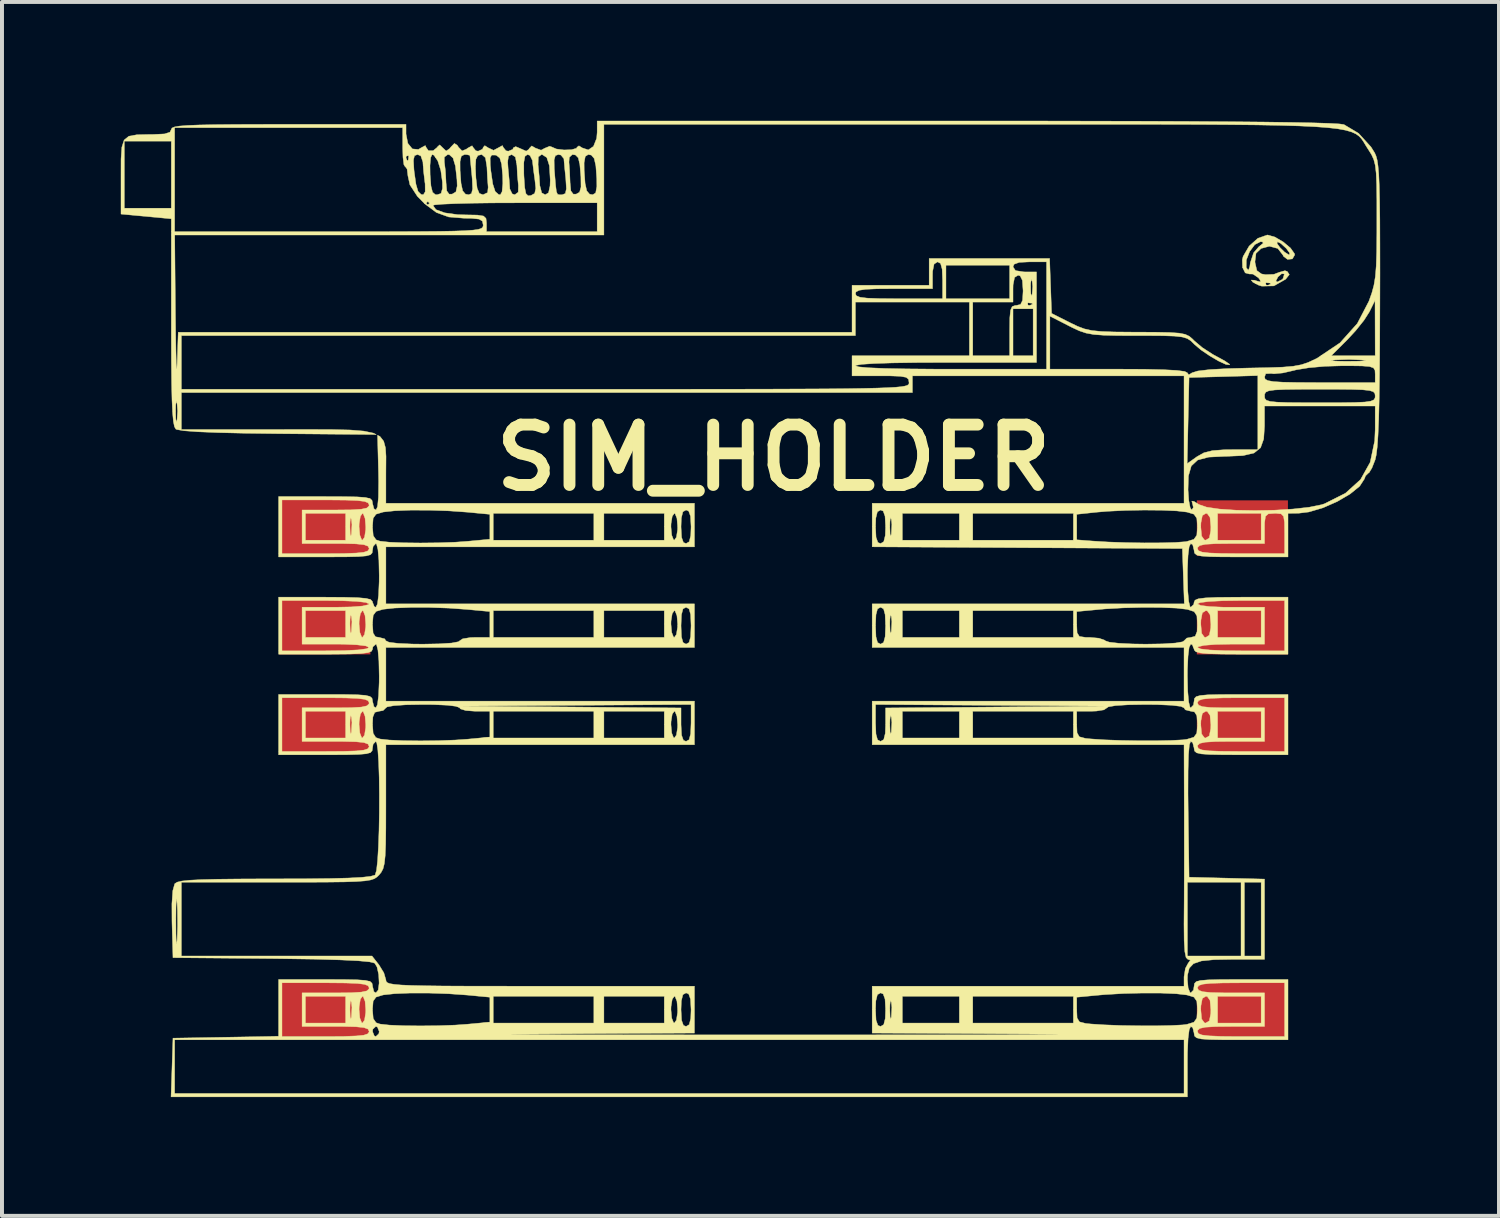
<source format=kicad_pcb>
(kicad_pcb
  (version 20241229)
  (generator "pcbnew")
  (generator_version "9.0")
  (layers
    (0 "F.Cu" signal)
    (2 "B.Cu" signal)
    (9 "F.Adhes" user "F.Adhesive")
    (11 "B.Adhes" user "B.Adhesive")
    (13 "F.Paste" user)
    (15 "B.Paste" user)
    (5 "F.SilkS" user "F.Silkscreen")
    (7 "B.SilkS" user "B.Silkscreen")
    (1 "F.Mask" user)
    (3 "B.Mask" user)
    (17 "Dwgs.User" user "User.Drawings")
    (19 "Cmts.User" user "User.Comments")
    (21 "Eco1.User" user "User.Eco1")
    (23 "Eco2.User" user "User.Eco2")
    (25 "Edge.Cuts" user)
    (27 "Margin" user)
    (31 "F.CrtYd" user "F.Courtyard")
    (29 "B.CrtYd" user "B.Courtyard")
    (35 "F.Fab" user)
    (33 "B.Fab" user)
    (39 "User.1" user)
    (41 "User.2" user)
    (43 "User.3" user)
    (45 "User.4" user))
  (footprint "SIM_HOLDER"
    (layer "F.Cu")
    (at 15.668 12.62)
    (property "Reference" "SIM_HOLDER" (at 0.813 -4.115 0) (layer "F.SilkS") (effects (font (size 1.524 1.524) (thickness 0.3))))
    (attr through_hole)
    (fp_poly (pts (xy 13.468 -9.686) (xy 13.679 -9.563) (xy 13.864 -9.408) (xy 13.965 -9.265) (xy 13.97 -9.234) (xy 13.911 -9.133) (xy 13.789 -9.121) (xy 13.685 -9.201) (xy 13.674 -9.229) (xy 13.544 -9.397) (xy 13.331 -9.453) (xy 13.122 -9.397) (xy 12.993 -9.274) (xy 12.967 -9.067) (xy 12.97 -9.033) (xy 13.015 -8.838) (xy 13.132 -8.754) (xy 13.234 -8.736) (xy 13.445 -8.744) (xy 13.576 -8.794) (xy 13.724 -8.836) (xy 13.784 -8.815) (xy 13.834 -8.737) (xy 13.741 -8.62) (xy 13.739 -8.619) (xy 13.445 -8.452) (xy 13.139 -8.445) (xy 13.06 -8.47) (xy 12.958 -8.523) (xy 13.236 -8.523) (xy 13.248 -8.473) (xy 13.293 -8.467) (xy 13.362 -8.498) (xy 13.349 -8.523) (xy 13.249 -8.533) (xy 13.236 -8.523) (xy 12.958 -8.523) (xy 12.912 -8.547) (xy 12.873 -8.599) (xy 12.957 -8.595) (xy 13.018 -8.575) (xy 13.116 -8.55) (xy 13.106 -8.574) (xy 13.494 -8.574) (xy 13.531 -8.551) (xy 13.655 -8.614) (xy 13.677 -8.642) (xy 13.709 -8.752) (xy 13.643 -8.761) (xy 13.548 -8.68) (xy 13.494 -8.574) (xy 13.106 -8.574) (xy 13.085 -8.617) (xy 13.054 -8.657) (xy 12.916 -8.751) (xy 12.828 -8.752) (xy 12.721 -8.78) (xy 12.653 -8.919) (xy 12.653 -8.922) (xy 12.746 -8.922) (xy 12.753 -8.904) (xy 12.802 -8.846) (xy 12.836 -8.938) (xy 12.849 -9.037) (xy 12.933 -9.288) (xy 13.063 -9.439) (xy 13.164 -9.521) (xy 13.525 -9.521) (xy 13.6 -9.418) (xy 13.713 -9.307) (xy 13.818 -9.24) (xy 13.835 -9.236) (xy 13.843 -9.282) (xy 13.758 -9.398) (xy 13.62 -9.524) (xy 13.534 -9.567) (xy 13.525 -9.521) (xy 13.164 -9.521) (xy 13.177 -9.532) (xy 13.152 -9.565) (xy 13.102 -9.567) (xy 12.962 -9.494) (xy 12.832 -9.319) (xy 12.749 -9.106) (xy 12.746 -8.922) (xy 12.653 -8.922) (xy 12.647 -9.111) (xy 12.668 -9.196) (xy 12.82 -9.457) (xy 13.039 -9.653) (xy 13.272 -9.736) (xy 13.287 -9.737) (xy 13.468 -9.686)) (stroke (width 0.01) (type solid)) (fill yes) (layer "F.SilkS"))
    (fp_poly (pts (xy 7.331 -12.615) (xy 8.828 -12.612) (xy 10.16 -12.609) (xy 11.331 -12.604) (xy 12.343 -12.597) (xy 13.198 -12.589) (xy 13.899 -12.579) (xy 14.449 -12.568) (xy 14.85 -12.555) (xy 15.104 -12.541) (xy 15.213 -12.525) (xy 15.582 -12.305) (xy 15.896 -11.96) (xy 15.989 -11.811) (xy 16.023 -11.734) (xy 16.052 -11.628) (xy 16.074 -11.478) (xy 16.092 -11.269) (xy 16.105 -10.983) (xy 16.114 -10.605) (xy 16.12 -10.12) (xy 16.122 -9.512) (xy 16.123 -8.763) (xy 16.121 -7.979) (xy 16.118 -7.034) (xy 16.112 -6.245) (xy 16.103 -5.599) (xy 16.091 -5.083) (xy 16.074 -4.683) (xy 16.054 -4.388) (xy 16.029 -4.184) (xy 16.002 -4.064) (xy 15.92 -3.855) (xy 15.848 -3.736) (xy 15.829 -3.725) (xy 15.759 -3.656) (xy 15.729 -3.577) (xy 15.609 -3.393) (xy 15.366 -3.196) (xy 15.043 -3.007) (xy 14.683 -2.849) (xy 14.328 -2.744) (xy 14.076 -2.713) (xy 13.801 -2.709) (xy 13.801 -1.609) (xy 12.615 -1.609) (xy 12.146 -1.61) (xy 11.821 -1.616) (xy 11.612 -1.631) (xy 11.495 -1.659) (xy 11.443 -1.702) (xy 11.43 -1.765) (xy 11.43 -1.778) (xy 11.419 -1.82) (xy 11.515 -1.82) (xy 11.539 -1.767) (xy 11.629 -1.731) (xy 11.811 -1.709) (xy 12.108 -1.697) (xy 12.545 -1.693) (xy 12.615 -1.693) (xy 13.716 -1.693) (xy 13.716 -2.201) (xy 13.713 -2.483) (xy 13.689 -2.634) (xy 13.626 -2.697) (xy 13.503 -2.709) (xy 13.462 -2.709) (xy 13.306 -2.698) (xy 13.232 -2.635) (xy 13.209 -2.472) (xy 13.208 -2.328) (xy 13.208 -1.947) (xy 12.361 -1.947) (xy 11.967 -1.943) (xy 11.713 -1.928) (xy 11.573 -1.897) (xy 11.519 -1.847) (xy 11.515 -1.82) (xy 11.419 -1.82) (xy 11.395 -1.916) (xy 11.345 -1.947) (xy 11.305 -1.867) (xy 11.277 -1.644) (xy 11.262 -1.303) (xy 11.261 -1.143) (xy 11.269 -0.764) (xy 11.293 -0.491) (xy 11.328 -0.351) (xy 11.345 -0.339) (xy 11.42 -0.407) (xy 11.423 -0.423) (xy 11.515 -0.423) (xy 11.595 -0.384) (xy 11.82 -0.356) (xy 12.166 -0.34) (xy 12.361 -0.339) (xy 13.208 -0.339) (xy 13.208 0.593) (xy 12.361 0.593) (xy 11.968 0.601) (xy 11.684 0.623) (xy 11.533 0.658) (xy 11.515 0.677) (xy 11.596 0.714) (xy 11.83 0.741) (xy 12.197 0.757) (xy 12.615 0.762) (xy 13.716 0.762) (xy 13.716 -0.508) (xy 12.615 -0.508) (xy 12.145 -0.502) (xy 11.793 -0.484) (xy 11.577 -0.455) (xy 11.515 -0.423) (xy 11.423 -0.423) (xy 11.43 -0.466) (xy 11.454 -0.517) (xy 11.541 -0.553) (xy 11.716 -0.575) (xy 12.004 -0.588) (xy 12.428 -0.592) (xy 12.615 -0.593) (xy 13.801 -0.593) (xy 13.801 0.847) (xy 12.615 0.847) (xy 12.137 0.844) (xy 11.804 0.835) (xy 11.592 0.816) (xy 11.476 0.785) (xy 11.433 0.74) (xy 11.43 0.72) (xy 11.384 0.607) (xy 11.345 0.593) (xy 11.305 0.673) (xy 11.277 0.896) (xy 11.262 1.237) (xy 11.261 1.397) (xy 11.269 1.776) (xy 11.293 2.049) (xy 11.328 2.189) (xy 11.345 2.201) (xy 11.414 2.13) (xy 11.423 2.074) (xy 11.515 2.074) (xy 11.543 2.134) (xy 11.645 2.172) (xy 11.85 2.193) (xy 12.185 2.201) (xy 12.361 2.201) (xy 13.208 2.201) (xy 13.208 3.048) (xy 12.361 3.048) (xy 11.967 3.052) (xy 11.713 3.068) (xy 11.573 3.098) (xy 11.519 3.149) (xy 11.515 3.175) (xy 11.539 3.228) (xy 11.629 3.264) (xy 11.811 3.287) (xy 12.108 3.298) (xy 12.545 3.302) (xy 12.615 3.302) (xy 13.716 3.302) (xy 13.716 1.947) (xy 12.615 1.947) (xy 12.157 1.95) (xy 11.843 1.961) (xy 11.648 1.981) (xy 11.547 2.016) (xy 11.515 2.066) (xy 11.515 2.074) (xy 11.423 2.074) (xy 11.43 2.032) (xy 11.439 1.965) (xy 11.483 1.918) (xy 11.587 1.889) (xy 11.779 1.872) (xy 12.084 1.865) (xy 12.527 1.863) (xy 12.615 1.863) (xy 13.801 1.863) (xy 13.801 3.387) (xy 12.615 3.387) (xy 12.146 3.385) (xy 11.821 3.379) (xy 11.612 3.364) (xy 11.495 3.337) (xy 11.443 3.293) (xy 11.43 3.23) (xy 11.43 3.217) (xy 11.394 3.08) (xy 11.344 3.048) (xy 11.311 3.132) (xy 11.289 3.381) (xy 11.278 3.793) (xy 11.276 4.364) (xy 11.28 4.763) (xy 11.303 6.477) (xy 12.255 6.501) (xy 13.208 6.525) (xy 13.208 8.551) (xy 12.398 8.551) (xy 11.936 8.559) (xy 11.617 8.591) (xy 11.416 8.659) (xy 11.308 8.773) (xy 11.265 8.945) (xy 11.261 9.062) (xy 11.28 9.273) (xy 11.327 9.39) (xy 11.345 9.398) (xy 11.414 9.327) (xy 11.423 9.271) (xy 11.515 9.271) (xy 11.543 9.33) (xy 11.645 9.368) (xy 11.85 9.389) (xy 12.185 9.397) (xy 12.361 9.398) (xy 13.208 9.398) (xy 13.208 10.245) (xy 12.361 10.245) (xy 11.967 10.249) (xy 11.713 10.264) (xy 11.573 10.295) (xy 11.519 10.345) (xy 11.515 10.372) (xy 11.539 10.425) (xy 11.629 10.461) (xy 11.811 10.483) (xy 12.108 10.495) (xy 12.545 10.499) (xy 12.615 10.499) (xy 13.716 10.499) (xy 13.716 9.144) (xy 12.615 9.144) (xy 12.157 9.147) (xy 11.843 9.157) (xy 11.648 9.178) (xy 11.547 9.212) (xy 11.515 9.263) (xy 11.515 9.271) (xy 11.423 9.271) (xy 11.43 9.229) (xy 11.439 9.162) (xy 11.483 9.115) (xy 11.587 9.085) (xy 11.779 9.069) (xy 12.084 9.061) (xy 12.527 9.059) (xy 12.615 9.059) (xy 13.801 9.059) (xy 13.801 10.583) (xy 12.615 10.583) (xy 12.146 10.582) (xy 11.821 10.576) (xy 11.612 10.561) (xy 11.495 10.533) (xy 11.443 10.49) (xy 11.43 10.427) (xy 11.43 10.414) (xy 11.395 10.276) (xy 11.345 10.245) (xy 11.307 10.325) (xy 11.278 10.552) (xy 11.263 10.902) (xy 11.261 11.134) (xy 11.261 12.023) (xy -14.4 12.023) (xy -14.375 11.282) (xy -14.352 10.583) (xy -14.309 10.583) (xy -14.309 11.938) (xy 11.176 11.938) (xy 11.176 10.583) (xy -14.309 10.583) (xy -14.352 10.583) (xy -14.351 10.541) (xy -13.018 10.518) (xy -11.684 10.494) (xy -11.684 9.144) (xy -11.599 9.144) (xy -11.599 10.499) (xy -10.499 10.499) (xy -10.04 10.496) (xy -9.726 10.485) (xy -9.531 10.465) (xy -9.43 10.43) (xy -9.398 10.38) (xy -9.398 10.372) (xy -9.313 10.372) (xy -9.268 10.484) (xy -9.229 10.499) (xy -9.154 10.43) (xy -9.144 10.372) (xy -9.19 10.259) (xy -9.229 10.245) (xy -9.304 10.313) (xy -9.313 10.372) (xy -9.398 10.372) (xy -9.426 10.312) (xy -9.528 10.274) (xy -9.733 10.253) (xy -10.068 10.245) (xy -10.245 10.245) (xy -11.091 10.245) (xy -11.091 9.483) (xy -11.007 9.483) (xy -11.007 10.16) (xy -9.991 10.16) (xy -9.991 9.821) (xy -9.883 9.821) (xy -9.876 10.004) (xy -9.859 10.055) (xy -9.846 10.012) (xy -9.835 9.821) (xy -9.652 9.821) (xy -9.633 10.033) (xy -9.586 10.151) (xy -9.567 10.16) (xy -9.514 10.085) (xy -9.485 9.897) (xy -9.483 9.826) (xy -9.313 9.826) (xy -9.295 10.046) (xy -9.223 10.151) (xy -9.123 10.185) (xy -8.887 10.211) (xy -8.531 10.226) (xy -8.103 10.231) (xy -7.652 10.226) (xy -7.227 10.211) (xy -6.921 10.189) (xy -6.35 10.136) (xy -6.35 9.507) (xy -6.609 9.483) (xy -6.265 9.483) (xy -6.265 10.16) (xy -3.725 10.16) (xy -3.725 9.483) (xy -3.471 9.483) (xy -3.471 10.16) (xy -1.947 10.16) (xy -1.947 9.821) (xy -1.778 9.821) (xy -1.759 10.033) (xy -1.712 10.151) (xy -1.693 10.16) (xy -1.64 10.085) (xy -1.611 9.897) (xy -1.609 9.821) (xy -1.524 9.821) (xy -1.51 10.088) (xy -1.463 10.218) (xy -1.397 10.245) (xy -1.317 10.199) (xy -1.278 10.042) (xy -1.27 9.821) (xy -1.284 9.555) (xy -1.331 9.425) (xy -1.397 9.398) (xy -1.477 9.443) (xy -1.516 9.6) (xy -1.524 9.821) (xy -1.609 9.821) (xy -1.627 9.609) (xy -1.674 9.491) (xy -1.693 9.483) (xy -1.746 9.558) (xy -1.776 9.745) (xy -1.778 9.821) (xy -1.947 9.821) (xy -1.947 9.483) (xy -3.471 9.483) (xy -3.725 9.483) (xy -6.265 9.483) (xy -6.609 9.483) (xy -6.921 9.453) (xy -7.387 9.42) (xy -7.88 9.403) (xy -8.352 9.402) (xy -8.754 9.418) (xy -9.039 9.449) (xy -9.049 9.451) (xy -9.223 9.504) (xy -9.297 9.606) (xy -9.313 9.815) (xy -9.313 9.826) (xy -9.483 9.826) (xy -9.483 9.821) (xy -9.501 9.609) (xy -9.548 9.491) (xy -9.567 9.483) (xy -9.62 9.558) (xy -9.65 9.745) (xy -9.652 9.821) (xy -9.835 9.821) (xy -9.832 9.765) (xy -9.846 9.631) (xy -9.867 9.591) (xy -9.88 9.697) (xy -9.883 9.821) (xy -9.991 9.821) (xy -9.991 9.483) (xy -11.007 9.483) (xy -11.091 9.483) (xy -11.091 9.398) (xy -10.245 9.398) (xy -9.85 9.394) (xy -9.596 9.378) (xy -9.456 9.348) (xy -9.402 9.297) (xy -9.398 9.271) (xy -9.423 9.218) (xy -9.513 9.182) (xy -9.694 9.159) (xy -9.991 9.148) (xy -10.429 9.144) (xy -10.499 9.144) (xy -11.599 9.144) (xy -11.684 9.144) (xy -11.684 9.059) (xy -10.499 9.059) (xy -10.03 9.061) (xy -9.704 9.067) (xy -9.495 9.082) (xy -9.378 9.109) (xy -9.326 9.153) (xy -9.313 9.216) (xy -9.313 9.229) (xy -9.278 9.366) (xy -9.229 9.398) (xy -9.169 9.326) (xy -9.146 9.152) (xy -9.157 8.937) (xy -9.199 8.745) (xy -9.257 8.648) (xy -9.383 8.615) (xy -9.675 8.587) (xy -10.135 8.565) (xy -10.763 8.547) (xy -11.559 8.535) (xy -11.86 8.531) (xy -14.351 8.509) (xy -14.375 7.632) (xy -14.376 7.578) (xy -14.277 7.578) (xy -14.275 7.901) (xy -14.268 8.102) (xy -14.259 8.166) (xy -14.247 8.077) (xy -14.246 8.068) (xy -14.234 7.713) (xy -14.238 7.315) (xy -14.246 7.136) (xy -14.258 7.02) (xy -14.267 7.06) (xy -14.274 7.241) (xy -14.277 7.551) (xy -14.277 7.578) (xy -14.376 7.578) (xy -14.378 7.149) (xy -14.355 6.817) (xy -14.307 6.645) (xy -14.301 6.638) (xy -14.244 6.602) (xy -14.125 6.574) (xy -13.927 6.553) (xy -13.634 6.538) (xy -13.228 6.528) (xy -12.692 6.522) (xy -12.009 6.519) (xy -11.775 6.519) (xy -11.003 6.517) (xy -10.388 6.51) (xy -9.918 6.498) (xy -9.581 6.48) (xy -9.364 6.456) (xy -9.256 6.426) (xy -9.246 6.418) (xy -9.212 6.305) (xy -9.185 6.062) (xy -9.164 5.717) (xy -9.149 5.303) (xy -9.141 4.851) (xy -9.14 4.39) (xy -9.145 3.953) (xy -9.158 3.57) (xy -9.178 3.272) (xy -9.205 3.09) (xy -9.229 3.048) (xy -9.297 3.119) (xy -9.313 3.217) (xy -9.322 3.284) (xy -9.366 3.331) (xy -9.471 3.361) (xy -9.662 3.377) (xy -9.967 3.385) (xy -10.411 3.387) (xy -10.499 3.387) (xy -11.684 3.387) (xy -11.684 1.947) (xy -11.599 1.947) (xy -11.599 3.302) (xy -10.499 3.302) (xy -10.04 3.299) (xy -9.726 3.289) (xy -9.531 3.268) (xy -9.43 3.234) (xy -9.398 3.183) (xy -9.398 3.175) (xy -9.426 3.116) (xy -9.528 3.078) (xy -9.733 3.057) (xy -10.068 3.049) (xy -10.245 3.048) (xy -11.091 3.048) (xy -11.091 2.286) (xy -11.007 2.286) (xy -11.007 2.963) (xy -9.991 2.963) (xy -9.991 2.625) (xy -9.883 2.625) (xy -9.876 2.808) (xy -9.859 2.858) (xy -9.846 2.815) (xy -9.835 2.625) (xy -9.652 2.625) (xy -9.633 2.837) (xy -9.586 2.955) (xy -9.567 2.963) (xy -9.514 2.888) (xy -9.485 2.701) (xy -9.483 2.625) (xy -9.483 2.619) (xy -9.313 2.619) (xy -9.297 2.843) (xy -9.229 2.951) (xy -9.123 2.988) (xy -8.887 3.014) (xy -8.531 3.03) (xy -8.103 3.035) (xy -7.652 3.03) (xy -7.227 3.014) (xy -6.921 2.993) (xy -6.35 2.939) (xy -6.35 2.286) (xy -6.265 2.286) (xy -6.265 2.963) (xy -3.725 2.963) (xy -3.725 2.286) (xy -3.471 2.286) (xy -3.471 2.963) (xy -1.947 2.963) (xy -1.947 2.625) (xy -1.778 2.625) (xy -1.759 2.837) (xy -1.712 2.955) (xy -1.693 2.963) (xy -1.64 2.888) (xy -1.611 2.701) (xy -1.609 2.625) (xy -1.627 2.413) (xy -1.674 2.295) (xy -1.693 2.286) (xy -1.746 2.361) (xy -1.776 2.549) (xy -1.778 2.625) (xy -1.947 2.625) (xy -1.947 2.286) (xy -3.471 2.286) (xy -3.725 2.286) (xy -6.265 2.286) (xy -6.35 2.286) (xy -6.731 2.286) (xy -6.958 2.269) (xy -7.095 2.227) (xy -7.112 2.201) (xy -7.193 2.163) (xy -7.246 2.157) (xy -7.07 2.157) (xy -4.297 2.18) (xy -1.524 2.204) (xy -1.524 2.626) (xy -1.51 2.892) (xy -1.463 3.021) (xy -1.397 3.048) (xy -1.32 3.006) (xy -1.281 2.859) (xy -1.27 2.582) (xy -1.27 2.117) (xy -4.17 2.137) (xy -7.07 2.157) (xy -7.246 2.157) (xy -7.421 2.135) (xy -7.776 2.119) (xy -8.043 2.117) (xy -8.464 2.124) (xy -8.771 2.145) (xy -8.944 2.177) (xy -8.975 2.201) (xy -9.046 2.27) (xy -9.144 2.286) (xy -9.256 2.315) (xy -9.304 2.432) (xy -9.313 2.619) (xy -9.483 2.619) (xy -9.501 2.413) (xy -9.548 2.295) (xy -9.567 2.286) (xy -9.62 2.361) (xy -9.65 2.549) (xy -9.652 2.625) (xy -9.835 2.625) (xy -9.832 2.568) (xy -9.846 2.434) (xy -9.867 2.394) (xy -9.88 2.5) (xy -9.883 2.625) (xy -9.991 2.625) (xy -9.991 2.286) (xy -11.007 2.286) (xy -11.091 2.286) (xy -11.091 2.201) (xy -10.245 2.201) (xy -9.85 2.197) (xy -9.596 2.182) (xy -9.456 2.151) (xy -9.402 2.101) (xy -9.398 2.074) (xy -9.423 2.021) (xy -9.513 1.985) (xy -9.694 1.963) (xy -9.991 1.951) (xy -10.429 1.947) (xy -10.499 1.947) (xy -11.599 1.947) (xy -11.684 1.947) (xy -11.684 1.863) (xy -10.499 1.863) (xy -10.03 1.864) (xy -9.704 1.87) (xy -9.495 1.885) (xy -9.378 1.913) (xy -9.326 1.956) (xy -9.313 2.019) (xy -9.313 2.032) (xy -9.278 2.17) (xy -9.229 2.201) (xy -9.189 2.121) (xy -9.16 1.898) (xy -9.145 1.557) (xy -9.144 1.397) (xy -9.152 1.018) (xy -9.176 0.745) (xy -9.212 0.605) (xy -9.229 0.593) (xy -9.304 0.661) (xy -9.313 0.72) (xy -9.337 0.771) (xy -9.424 0.807) (xy -9.6 0.829) (xy -9.887 0.842) (xy -10.311 0.846) (xy -10.499 0.847) (xy -11.684 0.847) (xy -11.684 -0.508) (xy -11.599 -0.508) (xy -11.599 0.762) (xy -10.499 0.762) (xy -10.028 0.756) (xy -9.676 0.738) (xy -9.461 0.709) (xy -9.398 0.677) (xy -9.478 0.638) (xy -9.704 0.61) (xy -10.049 0.594) (xy -10.245 0.593) (xy -11.091 0.593) (xy -11.091 -0.254) (xy -11.007 -0.254) (xy -11.007 0.423) (xy -9.991 0.423) (xy -9.991 0.085) (xy -9.883 0.085) (xy -9.876 0.268) (xy -9.859 0.318) (xy -9.846 0.275) (xy -9.835 0.085) (xy -9.652 0.085) (xy -9.633 0.297) (xy -9.586 0.415) (xy -9.567 0.423) (xy -9.514 0.348) (xy -9.485 0.161) (xy -9.483 0.095) (xy -9.313 0.095) (xy -9.298 0.313) (xy -9.237 0.407) (xy -9.144 0.423) (xy -9.006 0.459) (xy -8.975 0.508) (xy -8.894 0.546) (xy -8.665 0.574) (xy -8.311 0.59) (xy -8.043 0.593) (xy -7.623 0.585) (xy -7.316 0.565) (xy -7.142 0.532) (xy -7.112 0.508) (xy -7.036 0.458) (xy -6.845 0.427) (xy -6.731 0.423) (xy -6.35 0.423) (xy -6.35 -0.23) (xy -6.609 -0.254) (xy -6.265 -0.254) (xy -6.265 0.423) (xy -3.725 0.423) (xy -3.725 -0.254) (xy -3.471 -0.254) (xy -3.471 0.423) (xy -1.947 0.423) (xy -1.947 0.085) (xy -1.778 0.085) (xy -1.759 0.297) (xy -1.712 0.415) (xy -1.693 0.423) (xy -1.64 0.348) (xy -1.611 0.161) (xy -1.61 0.127) (xy -1.524 0.127) (xy -1.513 0.408) (xy -1.473 0.552) (xy -1.397 0.593) (xy -1.32 0.551) (xy -1.281 0.404) (xy -1.27 0.127) (xy -1.281 -0.154) (xy -1.321 -0.298) (xy -1.397 -0.339) (xy -1.474 -0.297) (xy -1.513 -0.15) (xy -1.524 0.127) (xy -1.61 0.127) (xy -1.609 0.085) (xy -1.627 -0.127) (xy -1.674 -0.245) (xy -1.693 -0.254) (xy -1.746 -0.179) (xy -1.776 0.009) (xy -1.778 0.085) (xy -1.947 0.085) (xy -1.947 -0.254) (xy -3.471 -0.254) (xy -3.725 -0.254) (xy -6.265 -0.254) (xy -6.609 -0.254) (xy -6.921 -0.283) (xy -7.387 -0.317) (xy -7.88 -0.334) (xy -8.352 -0.334) (xy -8.754 -0.319) (xy -9.039 -0.288) (xy -9.049 -0.286) (xy -9.222 -0.234) (xy -9.296 -0.134) (xy -9.313 0.072) (xy -9.313 0.095) (xy -9.483 0.095) (xy -9.483 0.085) (xy -9.501 -0.127) (xy -9.548 -0.245) (xy -9.567 -0.254) (xy -9.62 -0.179) (xy -9.65 0.009) (xy -9.652 0.085) (xy -9.835 0.085) (xy -9.832 0.028) (xy -9.846 -0.106) (xy -9.867 -0.146) (xy -9.88 -0.04) (xy -9.883 0.085) (xy -9.991 0.085) (xy -9.991 -0.254) (xy -11.007 -0.254) (xy -11.091 -0.254) (xy -11.091 -0.339) (xy -10.245 -0.339) (xy -9.851 -0.347) (xy -9.567 -0.369) (xy -9.416 -0.404) (xy -9.398 -0.423) (xy -9.48 -0.46) (xy -9.713 -0.487) (xy -10.081 -0.503) (xy -10.499 -0.508) (xy -11.599 -0.508) (xy -11.684 -0.508) (xy -11.684 -0.593) (xy -10.499 -0.593) (xy -10.021 -0.59) (xy -9.688 -0.581) (xy -9.475 -0.562) (xy -9.36 -0.531) (xy -9.316 -0.486) (xy -9.313 -0.466) (xy -9.268 -0.353) (xy -9.229 -0.339) (xy -9.189 -0.419) (xy -9.16 -0.642) (xy -9.145 -0.983) (xy -9.144 -1.143) (xy -9.152 -1.522) (xy -9.176 -1.795) (xy -9.212 -1.935) (xy -9.229 -1.947) (xy -9.297 -1.876) (xy -9.313 -1.778) (xy -9.322 -1.711) (xy -9.366 -1.664) (xy -9.471 -1.635) (xy -9.662 -1.618) (xy -9.967 -1.611) (xy -10.411 -1.609) (xy -10.499 -1.609) (xy -11.684 -1.609) (xy -11.684 -3.048) (xy -11.599 -3.048) (xy -11.599 -1.693) (xy -10.499 -1.693) (xy -10.04 -1.696) (xy -9.726 -1.707) (xy -9.531 -1.727) (xy -9.43 -1.762) (xy -9.398 -1.812) (xy -9.398 -1.82) (xy -9.426 -1.88) (xy -9.528 -1.918) (xy -9.733 -1.939) (xy -10.068 -1.947) (xy -10.245 -1.947) (xy -11.091 -1.947) (xy -11.091 -2.709) (xy -11.007 -2.709) (xy -11.007 -2.032) (xy -9.991 -2.032) (xy -9.991 -2.371) (xy -9.883 -2.371) (xy -9.876 -2.188) (xy -9.859 -2.137) (xy -9.846 -2.18) (xy -9.835 -2.371) (xy -9.652 -2.371) (xy -9.633 -2.159) (xy -9.586 -2.041) (xy -9.567 -2.032) (xy -9.514 -2.107) (xy -9.485 -2.295) (xy -9.483 -2.366) (xy -9.313 -2.366) (xy -9.295 -2.146) (xy -9.223 -2.041) (xy -9.123 -2.007) (xy -8.887 -1.981) (xy -8.531 -1.966) (xy -8.103 -1.961) (xy -7.652 -1.966) (xy -7.227 -1.981) (xy -6.921 -2.003) (xy -6.35 -2.056) (xy -6.35 -2.685) (xy -6.609 -2.709) (xy -6.265 -2.709) (xy -6.265 -2.032) (xy -3.725 -2.032) (xy -3.725 -2.709) (xy -3.471 -2.709) (xy -3.471 -2.032) (xy -1.947 -2.032) (xy -1.947 -2.371) (xy -1.778 -2.371) (xy -1.759 -2.159) (xy -1.712 -2.041) (xy -1.693 -2.032) (xy -1.64 -2.107) (xy -1.611 -2.295) (xy -1.609 -2.371) (xy -1.524 -2.371) (xy -1.51 -2.104) (xy -1.463 -1.974) (xy -1.397 -1.947) (xy -1.317 -1.993) (xy -1.278 -2.15) (xy -1.27 -2.371) (xy -1.284 -2.637) (xy -1.331 -2.767) (xy -1.397 -2.794) (xy -1.477 -2.749) (xy -1.516 -2.592) (xy -1.524 -2.371) (xy -1.609 -2.371) (xy -1.627 -2.583) (xy -1.674 -2.701) (xy -1.693 -2.709) (xy -1.746 -2.634) (xy -1.776 -2.447) (xy -1.778 -2.371) (xy -1.947 -2.371) (xy -1.947 -2.709) (xy -3.471 -2.709) (xy -3.725 -2.709) (xy -6.265 -2.709) (xy -6.609 -2.709) (xy -6.921 -2.739) (xy -7.387 -2.772) (xy -7.88 -2.789) (xy -8.352 -2.79) (xy -8.754 -2.774) (xy -9.039 -2.743) (xy -9.049 -2.741) (xy -9.223 -2.688) (xy -9.297 -2.586) (xy -9.313 -2.377) (xy -9.313 -2.366) (xy -9.483 -2.366) (xy -9.483 -2.371) (xy -9.501 -2.583) (xy -9.548 -2.701) (xy -9.567 -2.709) (xy -9.62 -2.634) (xy -9.65 -2.447) (xy -9.652 -2.371) (xy -9.835 -2.371) (xy -9.832 -2.427) (xy -9.846 -2.561) (xy -9.867 -2.601) (xy -9.88 -2.495) (xy -9.883 -2.371) (xy -9.991 -2.371) (xy -9.991 -2.709) (xy -11.007 -2.709) (xy -11.091 -2.709) (xy -11.091 -2.794) (xy -10.245 -2.794) (xy -9.85 -2.798) (xy -9.596 -2.814) (xy -9.456 -2.844) (xy -9.402 -2.895) (xy -9.398 -2.921) (xy -9.423 -2.974) (xy -9.513 -3.01) (xy -9.694 -3.033) (xy -9.991 -3.044) (xy -10.429 -3.048) (xy -10.499 -3.048) (xy -11.599 -3.048) (xy -11.684 -3.048) (xy -11.684 -3.133) (xy -10.499 -3.133) (xy -10.03 -3.131) (xy -9.704 -3.125) (xy -9.495 -3.11) (xy -9.378 -3.083) (xy -9.326 -3.039) (xy -9.313 -2.976) (xy -9.313 -2.963) (xy -9.277 -2.826) (xy -9.226 -2.794) (xy -9.186 -2.877) (xy -9.163 -3.119) (xy -9.158 -3.512) (xy -9.162 -3.747) (xy -9.186 -4.682) (xy -9.126 -4.652) (xy -9.031 -4.531) (xy -8.986 -4.365) (xy -8.972 -4.147) (xy -8.974 -3.87) (xy -8.975 -3.706) (xy -8.975 -2.963) (xy -1.185 -2.963) (xy -1.185 -1.863) (xy -8.975 -1.863) (xy -8.975 -0.423) (xy -1.185 -0.423) (xy -1.185 0.677) (xy -8.975 0.677) (xy -8.975 2.032) (xy -1.185 2.032) (xy -1.185 3.133) (xy -8.975 3.133) (xy -8.975 4.683) (xy -8.976 5.235) (xy -8.981 5.643) (xy -8.993 5.934) (xy -9.014 6.132) (xy -9.047 6.264) (xy -9.094 6.354) (xy -9.147 6.419) (xy -9.202 6.473) (xy -9.267 6.515) (xy -9.362 6.547) (xy -9.507 6.57) (xy -9.722 6.586) (xy -10.025 6.596) (xy -10.438 6.601) (xy -10.978 6.604) (xy -11.667 6.604) (xy -11.73 6.604) (xy -14.139 6.604) (xy -14.139 8.467) (xy -9.326 8.467) (xy -9.15 8.69) (xy -9.027 8.891) (xy -8.975 9.068) (xy -8.975 9.071) (xy -8.969 9.108) (xy -8.941 9.139) (xy -8.878 9.164) (xy -8.765 9.183) (xy -8.587 9.199) (xy -8.33 9.21) (xy -7.979 9.218) (xy -7.521 9.224) (xy -6.941 9.227) (xy -6.224 9.228) (xy -5.357 9.229) (xy -5.08 9.229) (xy -1.185 9.229) (xy -1.185 10.412) (xy -5.101 10.435) (xy -5.506 10.438) (xy -5.746 10.441) (xy -5.829 10.443) (xy -5.759 10.446) (xy -5.542 10.448) (xy -5.184 10.45) (xy -4.691 10.452) (xy -4.067 10.454) (xy -3.319 10.455) (xy -2.452 10.456) (xy -1.472 10.457) (xy -0.384 10.458) (xy 0.805 10.458) (xy 1.101 10.458) (xy 2.313 10.458) (xy 3.424 10.457) (xy 4.428 10.457) (xy 5.32 10.455) (xy 6.094 10.454) (xy 6.744 10.452) (xy 7.266 10.451) (xy 7.653 10.449) (xy 7.9 10.446) (xy 8.001 10.444) (xy 7.951 10.441) (xy 7.744 10.439) (xy 7.375 10.436) (xy 7.26 10.435) (xy 3.302 10.412) (xy 3.302 9.821) (xy 3.387 9.821) (xy 3.4 10.088) (xy 3.447 10.218) (xy 3.514 10.245) (xy 3.594 10.199) (xy 3.633 10.042) (xy 3.641 9.821) (xy 3.748 9.821) (xy 3.755 10.004) (xy 3.772 10.055) (xy 3.785 10.012) (xy 3.799 9.765) (xy 3.785 9.631) (xy 3.764 9.591) (xy 3.751 9.697) (xy 3.748 9.821) (xy 3.641 9.821) (xy 3.627 9.555) (xy 3.601 9.483) (xy 4.064 9.483) (xy 4.064 10.16) (xy 5.503 10.16) (xy 5.503 9.483) (xy 5.842 9.483) (xy 5.842 10.16) (xy 8.382 10.16) (xy 8.382 9.507) (xy 8.467 9.507) (xy 8.467 9.829) (xy 8.476 10.031) (xy 8.535 10.129) (xy 8.691 10.169) (xy 8.826 10.183) (xy 9.169 10.205) (xy 9.586 10.221) (xy 10.036 10.228) (xy 10.474 10.229) (xy 10.857 10.221) (xy 11.141 10.206) (xy 11.25 10.192) (xy 11.425 10.138) (xy 11.499 10.035) (xy 11.515 9.822) (xy 11.515 9.821) (xy 11.599 9.821) (xy 11.62 10.057) (xy 11.69 10.154) (xy 11.726 10.16) (xy 11.815 10.104) (xy 11.851 9.919) (xy 11.853 9.821) (xy 11.832 9.586) (xy 11.763 9.489) (xy 11.726 9.483) (xy 12.023 9.483) (xy 12.023 10.16) (xy 13.123 10.16) (xy 13.123 9.483) (xy 12.023 9.483) (xy 11.726 9.483) (xy 11.638 9.539) (xy 11.602 9.724) (xy 11.599 9.821) (xy 11.515 9.821) (xy 11.499 9.608) (xy 11.426 9.504) (xy 11.251 9.451) (xy 11.25 9.451) (xy 10.982 9.42) (xy 10.593 9.403) (xy 10.131 9.402) (xy 9.643 9.414) (xy 9.178 9.441) (xy 9.038 9.453) (xy 8.467 9.507) (xy 8.382 9.507) (xy 8.382 9.483) (xy 5.842 9.483) (xy 5.503 9.483) (xy 4.064 9.483) (xy 3.601 9.483) (xy 3.58 9.425) (xy 3.514 9.398) (xy 3.434 9.443) (xy 3.395 9.6) (xy 3.387 9.821) (xy 3.302 9.821) (xy 3.302 9.229) (xy 11.176 9.229) (xy 11.176 8.992) (xy 11.21 8.78) (xy 11.278 8.653) (xy 11.336 8.569) (xy 11.273 8.551) (xy 11.227 8.506) (xy 11.196 8.356) (xy 11.179 8.083) (xy 11.175 7.666) (xy 11.176 7.514) (xy 11.179 7.081) (xy 11.18 6.604) (xy 11.261 6.604) (xy 11.261 8.467) (xy 12.615 8.467) (xy 12.615 6.604) (xy 12.7 6.604) (xy 12.7 8.467) (xy 13.123 8.467) (xy 13.123 6.604) (xy 12.7 6.604) (xy 12.615 6.604) (xy 11.261 6.604) (xy 11.18 6.604) (xy 11.181 6.53) (xy 11.182 5.914) (xy 11.181 5.282) (xy 11.181 4.805) (xy 11.176 3.133) (xy 3.302 3.133) (xy 3.302 2.582) (xy 3.387 2.582) (xy 3.398 2.863) (xy 3.438 3.008) (xy 3.514 3.048) (xy 3.594 3.003) (xy 3.633 2.845) (xy 3.641 2.626) (xy 3.641 2.625) (xy 3.748 2.625) (xy 3.755 2.808) (xy 3.772 2.858) (xy 3.785 2.815) (xy 3.799 2.568) (xy 3.785 2.434) (xy 3.764 2.394) (xy 3.751 2.5) (xy 3.748 2.625) (xy 3.641 2.625) (xy 3.641 2.286) (xy 4.064 2.286) (xy 4.064 2.963) (xy 5.503 2.963) (xy 5.503 2.286) (xy 5.842 2.286) (xy 5.842 2.963) (xy 8.382 2.963) (xy 8.382 2.286) (xy 8.467 2.286) (xy 8.467 2.62) (xy 8.475 2.83) (xy 8.532 2.931) (xy 8.685 2.972) (xy 8.826 2.986) (xy 9.169 3.009) (xy 9.586 3.024) (xy 10.036 3.032) (xy 10.474 3.032) (xy 10.857 3.024) (xy 11.141 3.009) (xy 11.25 2.995) (xy 11.423 2.943) (xy 11.498 2.843) (xy 11.515 2.637) (xy 11.515 2.625) (xy 11.599 2.625) (xy 11.62 2.86) (xy 11.69 2.957) (xy 11.726 2.963) (xy 11.815 2.907) (xy 11.851 2.722) (xy 11.853 2.625) (xy 11.832 2.389) (xy 11.763 2.292) (xy 11.726 2.286) (xy 12.023 2.286) (xy 12.023 2.963) (xy 13.123 2.963) (xy 13.123 2.286) (xy 12.023 2.286) (xy 11.726 2.286) (xy 11.638 2.342) (xy 11.602 2.527) (xy 11.599 2.625) (xy 11.515 2.625) (xy 11.515 2.614) (xy 11.499 2.397) (xy 11.439 2.303) (xy 11.345 2.286) (xy 11.208 2.251) (xy 11.176 2.201) (xy 11.095 2.164) (xy 10.865 2.136) (xy 10.507 2.12) (xy 10.202 2.117) (xy 9.769 2.124) (xy 9.45 2.144) (xy 9.266 2.175) (xy 9.229 2.201) (xy 9.153 2.252) (xy 8.962 2.282) (xy 8.848 2.286) (xy 8.467 2.286) (xy 8.382 2.286) (xy 5.842 2.286) (xy 5.503 2.286) (xy 4.064 2.286) (xy 3.641 2.286) (xy 3.641 2.204) (xy 9.186 2.157) (xy 3.387 2.117) (xy 3.387 2.582) (xy 3.302 2.582) (xy 3.302 2.032) (xy 11.176 2.032) (xy 11.176 0.677) (xy 3.302 0.677) (xy 3.302 0.127) (xy 3.387 0.127) (xy 3.398 0.408) (xy 3.438 0.552) (xy 3.514 0.593) (xy 3.59 0.551) (xy 3.63 0.404) (xy 3.641 0.127) (xy 3.639 0.085) (xy 3.748 0.085) (xy 3.755 0.268) (xy 3.772 0.318) (xy 3.785 0.275) (xy 3.799 0.028) (xy 3.785 -0.106) (xy 3.764 -0.146) (xy 3.751 -0.04) (xy 3.748 0.085) (xy 3.639 0.085) (xy 3.629 -0.154) (xy 3.602 -0.254) (xy 4.064 -0.254) (xy 4.064 0.423) (xy 5.503 0.423) (xy 5.503 -0.254) (xy 5.842 -0.254) (xy 5.842 0.423) (xy 8.382 0.423) (xy 8.382 -0.23) (xy 8.467 -0.23) (xy 8.467 0.097) (xy 8.476 0.307) (xy 8.535 0.399) (xy 8.695 0.423) (xy 8.8 0.423) (xy 9.026 0.443) (xy 9.17 0.492) (xy 9.186 0.508) (xy 9.289 0.543) (xy 9.53 0.571) (xy 9.877 0.588) (xy 10.207 0.593) (xy 10.639 0.586) (xy 10.957 0.565) (xy 11.139 0.534) (xy 11.176 0.508) (xy 11.247 0.439) (xy 11.345 0.423) (xy 11.457 0.394) (xy 11.506 0.276) (xy 11.515 0.095) (xy 11.514 0.085) (xy 11.599 0.085) (xy 11.62 0.32) (xy 11.69 0.417) (xy 11.726 0.423) (xy 11.815 0.367) (xy 11.851 0.182) (xy 11.853 0.085) (xy 11.832 -0.151) (xy 11.763 -0.248) (xy 11.726 -0.254) (xy 12.023 -0.254) (xy 12.023 0.423) (xy 13.123 0.423) (xy 13.123 -0.254) (xy 12.023 -0.254) (xy 11.726 -0.254) (xy 11.638 -0.198) (xy 11.602 -0.013) (xy 11.599 0.085) (xy 11.514 0.085) (xy 11.501 -0.122) (xy 11.432 -0.228) (xy 11.269 -0.282) (xy 11.25 -0.286) (xy 10.982 -0.317) (xy 10.593 -0.333) (xy 10.131 -0.335) (xy 9.643 -0.323) (xy 9.178 -0.296) (xy 9.038 -0.283) (xy 8.467 -0.23) (xy 8.382 -0.23) (xy 8.382 -0.254) (xy 5.842 -0.254) (xy 5.503 -0.254) (xy 4.064 -0.254) (xy 3.602 -0.254) (xy 3.589 -0.298) (xy 3.514 -0.339) (xy 3.437 -0.297) (xy 3.398 -0.15) (xy 3.387 0.127) (xy 3.302 0.127) (xy 3.302 -0.423) (xy 7.242 -0.423) (xy 11.183 -0.423) (xy 11.158 -1.122) (xy 11.134 -1.82) (xy 7.218 -1.842) (xy 3.302 -1.864) (xy 3.302 -2.371) (xy 3.387 -2.371) (xy 3.4 -2.104) (xy 3.447 -1.974) (xy 3.514 -1.947) (xy 3.594 -1.993) (xy 3.633 -2.15) (xy 3.641 -2.371) (xy 3.748 -2.371) (xy 3.755 -2.188) (xy 3.772 -2.137) (xy 3.785 -2.18) (xy 3.799 -2.427) (xy 3.785 -2.561) (xy 3.764 -2.601) (xy 3.751 -2.495) (xy 3.748 -2.371) (xy 3.641 -2.371) (xy 3.627 -2.637) (xy 3.601 -2.709) (xy 4.064 -2.709) (xy 4.064 -2.032) (xy 5.503 -2.032) (xy 5.503 -2.709) (xy 5.842 -2.709) (xy 5.842 -2.032) (xy 8.382 -2.032) (xy 8.382 -2.685) (xy 8.467 -2.685) (xy 8.467 -2.041) (xy 8.869 -2.01) (xy 9.261 -1.986) (xy 9.708 -1.971) (xy 10.17 -1.963) (xy 10.602 -1.965) (xy 10.962 -1.975) (xy 11.207 -1.993) (xy 11.25 -2) (xy 11.425 -2.054) (xy 11.499 -2.157) (xy 11.515 -2.37) (xy 11.515 -2.371) (xy 11.599 -2.371) (xy 11.62 -2.135) (xy 11.69 -2.038) (xy 11.726 -2.032) (xy 11.815 -2.088) (xy 11.851 -2.273) (xy 11.853 -2.371) (xy 11.832 -2.606) (xy 11.763 -2.703) (xy 11.726 -2.709) (xy 12.023 -2.709) (xy 12.023 -2.032) (xy 13.123 -2.032) (xy 13.123 -2.709) (xy 12.023 -2.709) (xy 11.726 -2.709) (xy 11.638 -2.653) (xy 11.602 -2.468) (xy 11.599 -2.371) (xy 11.515 -2.371) (xy 11.499 -2.584) (xy 11.426 -2.688) (xy 11.251 -2.741) (xy 11.25 -2.741) (xy 10.993 -2.771) (xy 10.616 -2.788) (xy 10.167 -2.792) (xy 9.697 -2.783) (xy 9.253 -2.762) (xy 8.987 -2.74) (xy 8.467 -2.685) (xy 8.382 -2.685) (xy 8.382 -2.709) (xy 5.842 -2.709) (xy 5.503 -2.709) (xy 4.064 -2.709) (xy 3.601 -2.709) (xy 3.58 -2.767) (xy 3.514 -2.794) (xy 3.434 -2.749) (xy 3.395 -2.592) (xy 3.387 -2.371) (xy 3.302 -2.371) (xy 3.302 -2.963) (xy 11.176 -2.963) (xy 11.176 -3.303) (xy 11.277 -3.303) (xy 11.296 -3.035) (xy 11.332 -2.85) (xy 11.37 -2.794) (xy 11.411 -2.857) (xy 11.395 -2.932) (xy 11.372 -3.019) (xy 11.428 -3.01) (xy 11.553 -2.932) (xy 11.748 -2.865) (xy 12.073 -2.817) (xy 12.492 -2.789) (xy 12.965 -2.78) (xy 13.455 -2.789) (xy 13.924 -2.818) (xy 14.336 -2.864) (xy 14.65 -2.928) (xy 14.726 -2.953) (xy 15.252 -3.218) (xy 15.632 -3.562) (xy 15.876 -3.999) (xy 15.99 -4.541) (xy 16.002 -4.822) (xy 16.002 -5.419) (xy 13.208 -5.419) (xy 13.208 -4.915) (xy 13.187 -4.586) (xy 13.108 -4.365) (xy 12.942 -4.232) (xy 12.664 -4.167) (xy 12.247 -4.149) (xy 12.215 -4.149) (xy 11.798 -4.129) (xy 11.521 -4.056) (xy 11.359 -3.905) (xy 11.287 -3.653) (xy 11.277 -3.303) (xy 11.176 -3.303) (xy 11.176 -3.964) (xy 11.255 -3.964) (xy 11.504 -4.141) (xy 11.678 -4.239) (xy 11.893 -4.293) (xy 12.198 -4.316) (xy 12.396 -4.318) (xy 13.039 -4.318) (xy 13.039 -5.673) (xy 13.208 -5.673) (xy 13.216 -5.61) (xy 13.255 -5.565) (xy 13.349 -5.535) (xy 13.524 -5.517) (xy 13.801 -5.507) (xy 14.206 -5.504) (xy 14.605 -5.503) (xy 15.121 -5.504) (xy 15.491 -5.509) (xy 15.74 -5.52) (xy 15.891 -5.542) (xy 15.969 -5.575) (xy 15.998 -5.624) (xy 16.002 -5.673) (xy 15.994 -5.735) (xy 15.955 -5.78) (xy 15.861 -5.81) (xy 15.686 -5.829) (xy 15.409 -5.838) (xy 15.004 -5.842) (xy 14.605 -5.842) (xy 14.089 -5.841) (xy 13.719 -5.836) (xy 13.47 -5.825) (xy 13.319 -5.804) (xy 13.241 -5.77) (xy 13.212 -5.721) (xy 13.208 -5.673) (xy 13.039 -5.673) (xy 13.039 -6.148) (xy 13.208 -6.148) (xy 13.225 -6.097) (xy 13.292 -6.061) (xy 13.432 -6.036) (xy 13.669 -6.021) (xy 14.025 -6.014) (xy 14.523 -6.011) (xy 14.605 -6.011) (xy 16.002 -6.011) (xy 16.002 -6.223) (xy 15.997 -6.32) (xy 15.96 -6.381) (xy 15.861 -6.416) (xy 15.668 -6.431) (xy 15.35 -6.435) (xy 15.169 -6.435) (xy 14.735 -6.422) (xy 14.33 -6.386) (xy 14.012 -6.334) (xy 13.94 -6.316) (xy 13.671 -6.254) (xy 13.445 -6.233) (xy 13.377 -6.241) (xy 13.238 -6.235) (xy 13.208 -6.148) (xy 13.039 -6.148) (xy 13.039 -6.187) (xy 12.171 -6.162) (xy 11.303 -6.138) (xy 11.279 -5.051) (xy 11.255 -3.964) (xy 11.176 -3.964) (xy 11.176 -6.181) (xy 4.318 -6.181) (xy 4.318 -5.757) (xy -14.139 -5.757) (xy -14.139 -4.826) (xy -11.689 -4.826) (xy -10.938 -4.827) (xy -10.34 -4.825) (xy -9.877 -4.814) (xy -9.532 -4.786) (xy -9.287 -4.734) (xy -9.219 -4.699) (xy -11.677 -4.721) (xy -12.529 -4.732) (xy -13.213 -4.748) (xy -13.728 -4.769) (xy -14.076 -4.795) (xy -14.257 -4.826) (xy -14.28 -4.838) (xy -14.314 -4.898) (xy -14.34 -5.028) (xy -14.36 -5.243) (xy -14.362 -5.292) (xy -14.284 -5.292) (xy -14.279 -5.091) (xy -14.264 -5.017) (xy -14.249 -5.058) (xy -14.234 -5.29) (xy -14.248 -5.481) (xy -14.267 -5.54) (xy -14.281 -5.448) (xy -14.284 -5.292) (xy -14.362 -5.292) (xy -14.375 -5.559) (xy -14.385 -5.993) (xy -14.391 -6.559) (xy -14.393 -7.273) (xy -14.393 -7.538) (xy -14.393 -9.737) (xy -14.307 -9.737) (xy -14.289 -7.726) (xy -14.283 -7.213) (xy -14.276 -6.809) (xy -14.268 -6.525) (xy -14.26 -6.374) (xy -14.251 -6.368) (xy -14.244 -6.498) (xy -14.221 -7.197) (xy -14.139 -7.197) (xy -14.139 -5.842) (xy -4.953 -5.842) (xy -3.509 -5.842) (xy -2.224 -5.842) (xy -1.09 -5.843) (xy -0.097 -5.844) (xy 0.764 -5.846) (xy 1.502 -5.849) (xy 2.128 -5.852) (xy 2.65 -5.857) (xy 3.077 -5.864) (xy 3.42 -5.872) (xy 3.687 -5.882) (xy 3.889 -5.893) (xy 4.033 -5.907) (xy 4.13 -5.923) (xy 4.189 -5.941) (xy 4.22 -5.963) (xy 4.232 -5.986) (xy 4.233 -6.011) (xy 4.22 -6.094) (xy 4.158 -6.144) (xy 4.013 -6.17) (xy 3.754 -6.18) (xy 3.514 -6.181) (xy 2.794 -6.181) (xy 2.794 -6.435) (xy 2.879 -6.435) (xy 2.962 -6.408) (xy 3.209 -6.385) (xy 3.613 -6.368) (xy 4.168 -6.357) (xy 4.869 -6.351) (xy 5.292 -6.35) (xy 7.705 -6.35) (xy 7.705 -9.059) (xy 7.281 -9.059) (xy 7.015 -9.046) (xy 6.885 -8.999) (xy 6.858 -8.932) (xy 6.922 -8.838) (xy 7.127 -8.806) (xy 7.154 -8.805) (xy 7.451 -8.805) (xy 7.451 -6.519) (xy 5.165 -6.519) (xy 4.415 -6.516) (xy 3.807 -6.507) (xy 3.346 -6.492) (xy 3.038 -6.472) (xy 2.891 -6.446) (xy 2.879 -6.435) (xy 2.794 -6.435) (xy 2.794 -6.689) (xy 5.757 -6.689) (xy 5.757 -8.043) (xy 5.842 -8.043) (xy 5.842 -6.689) (xy 6.773 -6.689) (xy 6.773 -7.324) (xy 6.777 -7.648) (xy 6.796 -7.839) (xy 6.812 -7.874) (xy 6.858 -7.874) (xy 6.858 -6.689) (xy 7.366 -6.689) (xy 7.366 -7.874) (xy 6.858 -7.874) (xy 6.812 -7.874) (xy 6.837 -7.93) (xy 6.912 -7.958) (xy 6.943 -7.959) (xy 7.048 -7.984) (xy 7.064 -8.015) (xy 7.225 -8.015) (xy 7.237 -7.965) (xy 7.281 -7.959) (xy 7.351 -7.99) (xy 7.338 -8.015) (xy 7.237 -8.025) (xy 7.225 -8.015) (xy 7.064 -8.015) (xy 7.099 -8.087) (xy 7.112 -8.312) (xy 7.112 -8.34) (xy 7.106 -8.424) (xy 7.303 -8.424) (xy 7.309 -8.25) (xy 7.329 -8.205) (xy 7.34 -8.233) (xy 7.355 -8.436) (xy 7.341 -8.572) (xy 7.319 -8.618) (xy 7.305 -8.517) (xy 7.303 -8.424) (xy 7.106 -8.424) (xy 7.095 -8.591) (xy 7.039 -8.705) (xy 6.985 -8.721) (xy 6.897 -8.665) (xy 6.86 -8.479) (xy 6.858 -8.382) (xy 6.858 -8.043) (xy 5.842 -8.043) (xy 5.757 -8.043) (xy 2.879 -8.043) (xy 2.879 -7.197) (xy -14.139 -7.197) (xy -14.221 -7.197) (xy -14.218 -7.281) (xy 2.794 -7.281) (xy 2.794 -8.255) (xy 2.879 -8.255) (xy 2.903 -8.202) (xy 2.993 -8.166) (xy 3.175 -8.143) (xy 3.472 -8.132) (xy 3.909 -8.128) (xy 3.979 -8.128) (xy 5.08 -8.128) (xy 5.08 -8.594) (xy 5.069 -8.874) (xy 5.041 -8.975) (xy 5.165 -8.975) (xy 5.165 -8.128) (xy 6.773 -8.128) (xy 6.773 -8.975) (xy 5.165 -8.975) (xy 5.041 -8.975) (xy 5.029 -9.019) (xy 4.953 -9.059) (xy 4.865 -9.003) (xy 4.828 -8.818) (xy 4.826 -8.721) (xy 4.826 -8.382) (xy 3.852 -8.382) (xy 3.425 -8.379) (xy 3.14 -8.366) (xy 2.972 -8.341) (xy 2.894 -8.3) (xy 2.879 -8.255) (xy 2.794 -8.255) (xy 2.794 -8.467) (xy 4.741 -8.467) (xy 4.741 -9.144) (xy 7.782 -9.144) (xy 7.832 -7.758) (xy 8.297 -7.523) (xy 8.489 -7.431) (xy 8.66 -7.367) (xy 8.848 -7.325) (xy 9.088 -7.301) (xy 9.416 -7.289) (xy 9.869 -7.285) (xy 9.997 -7.285) (xy 10.478 -7.282) (xy 10.82 -7.275) (xy 11.053 -7.259) (xy 11.205 -7.229) (xy 11.309 -7.18) (xy 11.392 -7.109) (xy 11.433 -7.067) (xy 11.637 -6.894) (xy 11.906 -6.72) (xy 11.997 -6.671) (xy 12.201 -6.56) (xy 12.318 -6.48) (xy 12.329 -6.458) (xy 12.234 -6.469) (xy 12.05 -6.554) (xy 11.825 -6.686) (xy 11.605 -6.835) (xy 11.438 -6.976) (xy 11.428 -6.987) (xy 11.345 -7.068) (xy 11.255 -7.125) (xy 11.129 -7.162) (xy 10.935 -7.184) (xy 10.646 -7.194) (xy 10.231 -7.197) (xy 9.991 -7.197) (xy 9.505 -7.198) (xy 9.152 -7.206) (xy 8.896 -7.225) (xy 8.701 -7.261) (xy 8.531 -7.318) (xy 8.35 -7.402) (xy 8.27 -7.443) (xy 7.789 -7.689) (xy 7.789 -6.35) (xy 9.525 -6.35) (xy 10.171 -6.347) (xy 10.658 -6.336) (xy 10.996 -6.318) (xy 11.193 -6.292) (xy 11.261 -6.257) (xy 11.261 -6.255) (xy 11.296 -6.206) (xy 11.38 -6.259) (xy 11.522 -6.303) (xy 11.823 -6.339) (xy 12.273 -6.364) (xy 12.798 -6.378) (xy 13.3 -6.388) (xy 13.667 -6.401) (xy 13.934 -6.424) (xy 14.135 -6.461) (xy 14.304 -6.517) (xy 14.414 -6.567) (xy 14.88 -6.567) (xy 14.949 -6.556) (xy 15.153 -6.55) (xy 15.325 -6.549) (xy 15.599 -6.552) (xy 15.748 -6.561) (xy 15.752 -6.573) (xy 15.684 -6.581) (xy 15.347 -6.595) (xy 15 -6.584) (xy 14.965 -6.581) (xy 14.88 -6.567) (xy 14.414 -6.567) (xy 14.476 -6.596) (xy 14.544 -6.631) (xy 14.63 -6.689) (xy 14.893 -6.689) (xy 16.002 -6.689) (xy 15.998 -8.086) (xy 15.856 -7.798) (xy 15.72 -7.585) (xy 15.509 -7.321) (xy 15.304 -7.099) (xy 14.893 -6.689) (xy 14.63 -6.689) (xy 15.114 -7.014) (xy 15.551 -7.502) (xy 15.843 -8.064) (xy 15.917 -8.271) (xy 15.97 -8.467) (xy 16.006 -8.684) (xy 16.028 -8.955) (xy 16.04 -9.314) (xy 16.044 -9.793) (xy 16.044 -10.081) (xy 16.044 -10.617) (xy 16.039 -11.013) (xy 16.027 -11.296) (xy 16.004 -11.496) (xy 15.966 -11.643) (xy 15.911 -11.764) (xy 15.834 -11.888) (xy 15.819 -11.91) (xy 15.76 -12.005) (xy 15.709 -12.09) (xy 15.657 -12.166) (xy 15.595 -12.232) (xy 15.514 -12.29) (xy 15.403 -12.34) (xy 15.253 -12.383) (xy 15.055 -12.419) (xy 14.8 -12.448) (xy 14.477 -12.472) (xy 14.078 -12.491) (xy 13.593 -12.505) (xy 13.013 -12.516) (xy 12.328 -12.523) (xy 11.528 -12.528) (xy 10.605 -12.53) (xy 9.548 -12.531) (xy 8.349 -12.531) (xy 6.998 -12.531) (xy 5.766 -12.531) (xy -3.471 -12.531) (xy -3.471 -9.737) (xy -14.307 -9.737) (xy -14.393 -9.737) (xy -14.393 -10.146) (xy -15.663 -10.265) (xy -15.663 -11.218) (xy -15.662 -11.656) (xy -15.642 -11.952) (xy -15.593 -12.107) (xy -15.579 -12.107) (xy -15.579 -10.414) (xy -14.393 -10.414) (xy -14.393 -12.107) (xy -15.579 -12.107) (xy -15.593 -12.107) (xy -15.584 -12.135) (xy -15.465 -12.231) (xy -15.263 -12.268) (xy -14.956 -12.275) (xy -14.838 -12.276) (xy -14.564 -12.289) (xy -14.427 -12.333) (xy -14.393 -12.404) (xy -14.376 -12.438) (xy -14.357 -12.446) (xy -14.309 -12.446) (xy -14.309 -9.821) (xy -10.414 -9.821) (xy -9.502 -9.821) (xy -8.744 -9.822) (xy -8.127 -9.825) (xy -7.636 -9.829) (xy -7.257 -9.836) (xy -6.975 -9.846) (xy -6.776 -9.86) (xy -6.645 -9.878) (xy -6.569 -9.902) (xy -6.532 -9.931) (xy -6.52 -9.967) (xy -6.519 -9.991) (xy -6.539 -10.087) (xy -6.623 -10.138) (xy -6.812 -10.158) (xy -7.006 -10.161) (xy -7.39 -10.192) (xy -7.7 -10.305) (xy -7.941 -10.485) (xy -7.789 -10.485) (xy -7.71 -10.377) (xy -7.491 -10.297) (xy -7.162 -10.251) (xy -6.948 -10.245) (xy -6.665 -10.24) (xy -6.511 -10.216) (xy -6.448 -10.156) (xy -6.435 -10.044) (xy -6.435 -10.033) (xy -6.435 -9.821) (xy -3.641 -9.821) (xy -3.641 -10.549) (xy -5.715 -10.549) (xy -6.287 -10.547) (xy -6.799 -10.54) (xy -7.228 -10.529) (xy -7.55 -10.515) (xy -7.743 -10.498) (xy -7.789 -10.485) (xy -7.941 -10.485) (xy -7.994 -10.525) (xy -8.01 -10.541) (xy -7.959 -10.541) (xy -7.916 -10.499) (xy -7.874 -10.541) (xy -7.916 -10.583) (xy -7.959 -10.541) (xy -8.01 -10.541) (xy -8.179 -10.712) (xy -8.369 -11.004) (xy -8.419 -11.231) (xy -8.44 -11.402) (xy -8.483 -11.461) (xy -8.488 -11.459) (xy -8.521 -11.514) (xy -8.542 -11.684) (xy -8.467 -11.684) (xy -8.436 -11.614) (xy -8.41 -11.628) (xy -8.41 -11.628) (xy -8.28 -11.628) (xy -8.267 -11.395) (xy -8.261 -11.337) (xy -8.216 -11.019) (xy -8.163 -10.838) (xy -8.087 -10.762) (xy -8.031 -10.753) (xy -7.983 -10.828) (xy -7.985 -11.028) (xy -7.991 -11.07) (xy -8.023 -11.336) (xy -8.035 -11.493) (xy -7.862 -11.493) (xy -7.859 -11.261) (xy -7.837 -10.973) (xy -7.797 -10.817) (xy -7.728 -10.758) (xy -7.682 -10.753) (xy -7.582 -10.786) (xy -7.546 -10.915) (xy -7.548 -11.07) (xy -7.589 -11.369) (xy -7.666 -11.611) (xy -7.729 -11.703) (xy -7.501 -11.703) (xy -7.499 -11.578) (xy -7.473 -11.364) (xy -7.458 -11.094) (xy -7.457 -11.064) (xy -7.438 -10.851) (xy -7.378 -10.769) (xy -7.303 -10.769) (xy -7.207 -10.826) (xy -7.175 -10.975) (xy -7.181 -11.135) (xy -7.22 -11.479) (xy -7.254 -11.591) (xy -7.103 -11.591) (xy -7.102 -11.367) (xy -7.078 -11.042) (xy -7.037 -10.853) (xy -6.965 -10.768) (xy -6.883 -10.753) (xy -6.814 -10.784) (xy -6.786 -10.9) (xy -6.795 -11.137) (xy -6.804 -11.239) (xy -6.825 -11.451) (xy -6.715 -11.451) (xy -6.702 -11.177) (xy -6.671 -10.916) (xy -6.616 -10.787) (xy -6.523 -10.753) (xy -6.407 -10.808) (xy -6.393 -10.943) (xy -6.41 -11.159) (xy -6.423 -11.427) (xy -6.424 -11.451) (xy -6.461 -11.685) (xy -6.343 -11.685) (xy -6.34 -11.506) (xy -6.325 -11.356) (xy -6.277 -11.025) (xy -6.215 -10.835) (xy -6.127 -10.758) (xy -6.086 -10.753) (xy -6.042 -10.831) (xy -6.023 -11.04) (xy -6.027 -11.238) (xy -6.053 -11.524) (xy -6.072 -11.588) (xy -5.901 -11.588) (xy -5.889 -11.409) (xy -5.864 -11.147) (xy -5.849 -10.939) (xy -5.847 -10.901) (xy -5.786 -10.775) (xy -5.721 -10.753) (xy -5.634 -10.817) (xy -5.63 -10.986) (xy -5.655 -11.247) (xy -5.667 -11.493) (xy -5.681 -11.573) (xy -5.493 -11.573) (xy -5.492 -11.285) (xy -5.49 -11.231) (xy -5.471 -10.939) (xy -5.44 -10.782) (xy -5.384 -10.727) (xy -5.313 -10.734) (xy -5.219 -10.787) (xy -5.191 -10.913) (xy -5.213 -11.123) (xy -5.249 -11.382) (xy -5.264 -11.512) (xy -5.133 -11.512) (xy -5.131 -11.493) (xy -5.104 -11.216) (xy -5.089 -10.986) (xy -5.041 -10.801) (xy -4.953 -10.753) (xy -4.869 -10.803) (xy -4.831 -10.975) (xy -4.826 -11.127) (xy -4.847 -11.485) (xy -4.894 -11.635) (xy -4.728 -11.635) (xy -4.724 -11.412) (xy -4.714 -11.282) (xy -4.69 -10.992) (xy -4.67 -10.833) (xy -4.641 -10.765) (xy -4.589 -10.751) (xy -4.524 -10.753) (xy -4.445 -10.784) (xy -4.418 -10.904) (xy -4.433 -11.151) (xy -4.433 -11.155) (xy -4.46 -11.416) (xy -4.474 -11.578) (xy -4.353 -11.578) (xy -4.337 -11.364) (xy -4.326 -11.094) (xy -4.325 -11.064) (xy -4.305 -10.851) (xy -4.244 -10.769) (xy -4.173 -10.768) (xy -4.086 -10.817) (xy -4.049 -10.946) (xy -4.052 -11.198) (xy -4.053 -11.218) (xy -4.079 -11.519) (xy -4.089 -11.562) (xy -3.971 -11.562) (xy -3.969 -11.367) (xy -3.946 -11.041) (xy -3.904 -10.852) (xy -3.832 -10.768) (xy -3.755 -10.753) (xy -3.679 -10.799) (xy -3.649 -10.96) (xy -3.651 -11.155) (xy -3.674 -11.48) (xy -3.716 -11.669) (xy -3.788 -11.754) (xy -3.865 -11.769) (xy -3.941 -11.722) (xy -3.971 -11.562) (xy -4.089 -11.562) (xy -4.119 -11.686) (xy -4.188 -11.757) (xy -4.267 -11.769) (xy -4.344 -11.698) (xy -4.353 -11.578) (xy -4.474 -11.578) (xy -4.478 -11.613) (xy -4.481 -11.663) (xy -4.556 -11.755) (xy -4.621 -11.769) (xy -4.696 -11.741) (xy -4.728 -11.635) (xy -4.894 -11.635) (xy -4.913 -11.693) (xy -5.029 -11.768) (xy -5.046 -11.769) (xy -5.126 -11.708) (xy -5.133 -11.512) (xy -5.264 -11.512) (xy -5.273 -11.587) (xy -5.276 -11.62) (xy -5.338 -11.746) (xy -5.4 -11.769) (xy -5.464 -11.724) (xy -5.493 -11.573) (xy -5.681 -11.573) (xy -5.706 -11.707) (xy -5.8 -11.769) (xy -5.878 -11.73) (xy -5.901 -11.588) (xy -6.072 -11.588) (xy -6.1 -11.681) (xy -6.183 -11.747) (xy -6.212 -11.755) (xy -6.304 -11.755) (xy -6.343 -11.685) (xy -6.461 -11.685) (xy -6.462 -11.689) (xy -6.554 -11.769) (xy -6.555 -11.769) (xy -6.653 -11.745) (xy -6.703 -11.65) (xy -6.715 -11.451) (xy -6.825 -11.451) (xy -6.83 -11.505) (xy -6.848 -11.69) (xy -6.855 -11.748) (xy -6.927 -11.766) (xy -6.989 -11.769) (xy -7.07 -11.73) (xy -7.103 -11.591) (xy -7.254 -11.591) (xy -7.28 -11.68) (xy -7.371 -11.763) (xy -7.414 -11.769) (xy -7.501 -11.703) (xy -7.729 -11.703) (xy -7.762 -11.751) (xy -7.808 -11.769) (xy -7.845 -11.692) (xy -7.862 -11.493) (xy -8.035 -11.493) (xy -8.04 -11.561) (xy -8.04 -11.578) (xy -8.093 -11.734) (xy -8.176 -11.769) (xy -8.253 -11.74) (xy -8.28 -11.628) (xy -8.41 -11.628) (xy -8.4 -11.728) (xy -8.41 -11.74) (xy -8.461 -11.729) (xy -8.467 -11.684) (xy -8.542 -11.684) (xy -8.544 -11.698) (xy -8.551 -11.933) (xy -8.551 -12.446) (xy -14.309 -12.446) (xy -14.357 -12.446) (xy -14.313 -12.465) (xy -14.188 -12.487) (xy -13.986 -12.503) (xy -13.691 -12.515) (xy -13.287 -12.523) (xy -12.758 -12.528) (xy -12.089 -12.53) (xy -11.43 -12.531) (xy -8.467 -12.531) (xy -8.467 -12.287) (xy -8.421 -12.051) (xy -8.307 -11.911) (xy -8.155 -11.897) (xy -8.086 -11.938) (xy -7.98 -11.995) (xy -7.959 -11.948) (xy -7.9 -11.865) (xy -7.78 -11.867) (xy -7.68 -11.949) (xy -7.676 -11.959) (xy -7.617 -12.013) (xy -7.54 -11.938) (xy -7.454 -11.857) (xy -7.368 -11.916) (xy -7.339 -11.953) (xy -7.246 -12.049) (xy -7.175 -12.005) (xy -7.141 -11.953) (xy -7.051 -11.86) (xy -6.94 -11.906) (xy -6.913 -11.928) (xy -6.799 -11.99) (xy -6.773 -11.948) (xy -6.705 -11.864) (xy -6.646 -11.853) (xy -6.534 -11.905) (xy -6.519 -11.948) (xy -6.478 -11.993) (xy -6.392 -11.938) (xy -6.257 -11.875) (xy -6.138 -11.938) (xy -6.033 -11.995) (xy -6.011 -11.948) (xy -5.943 -11.864) (xy -5.884 -11.853) (xy -5.772 -11.899) (xy -5.757 -11.939) (xy -5.698 -11.969) (xy -5.577 -11.918) (xy -5.433 -11.854) (xy -5.366 -11.9) (xy -5.357 -11.92) (xy -5.294 -11.986) (xy -5.199 -11.931) (xy -5.057 -11.878) (xy -4.966 -11.927) (xy -4.841 -11.978) (xy -4.792 -11.961) (xy -4.669 -11.908) (xy -4.477 -11.884) (xy -4.286 -11.891) (xy -4.163 -11.927) (xy -4.149 -11.953) (xy -4.101 -11.989) (xy -4.022 -11.938) (xy -3.865 -11.885) (xy -3.734 -11.975) (xy -3.653 -12.18) (xy -3.641 -12.329) (xy -3.641 -12.615) (xy 5.667 -12.615) (xy 7.331 -12.615)) (stroke (width 0.01) (type solid)) (fill yes) (layer "F.SilkS"))
    (pad "1" smd rect (at -10.516 -2.388) (size 2.3 1.4) (layers "F.Cu" "F.Mask" "F.Paste"))
    (pad "2" smd rect (at 12.649 -2.337) (size 2.3 1.4) (layers "F.Cu" "F.Mask" "F.Paste"))
    (pad "3" smd rect (at -10.516 0.152) (size 2.3 1.4) (layers "F.Cu" "F.Mask" "F.Paste"))
    (pad "4" smd rect (at 12.649 0.152) (size 2.3 1.4) (layers "F.Cu" "F.Mask" "F.Paste"))
    (pad "5" smd rect (at -10.516 2.642) (size 2.3 1.4) (layers "F.Cu" "F.Mask" "F.Paste"))
    (pad "6" smd rect (at 12.649 2.642) (size 2.3 1.4) (layers "F.Cu" "F.Mask" "F.Paste"))
    (pad "7" smd rect (at -10.516 9.804) (size 2.3 1.4) (layers "F.Cu" "F.Mask" "F.Paste"))
    (pad "8" smd rect (at 12.649 9.804) (size 2.3 1.4) (layers "F.Cu" "F.Mask" "F.Paste")))
  (gr_rect
    (start -3 -3)
    (end 34.796 27.648)
    (stroke (width 0.1) (type default))
    (fill no)
    (layer "Edge.Cuts")))
</source>
